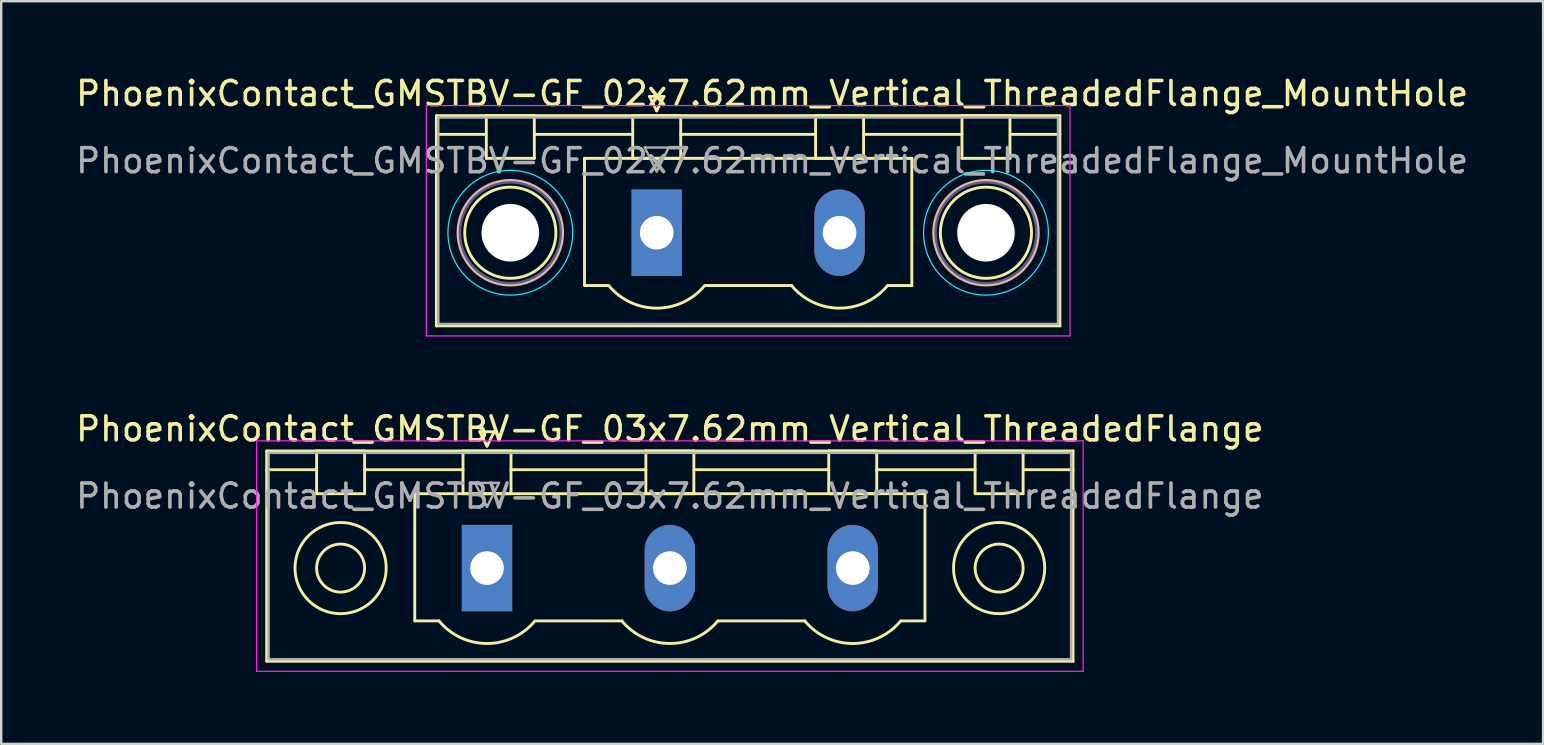
<source format=kicad_pcb>
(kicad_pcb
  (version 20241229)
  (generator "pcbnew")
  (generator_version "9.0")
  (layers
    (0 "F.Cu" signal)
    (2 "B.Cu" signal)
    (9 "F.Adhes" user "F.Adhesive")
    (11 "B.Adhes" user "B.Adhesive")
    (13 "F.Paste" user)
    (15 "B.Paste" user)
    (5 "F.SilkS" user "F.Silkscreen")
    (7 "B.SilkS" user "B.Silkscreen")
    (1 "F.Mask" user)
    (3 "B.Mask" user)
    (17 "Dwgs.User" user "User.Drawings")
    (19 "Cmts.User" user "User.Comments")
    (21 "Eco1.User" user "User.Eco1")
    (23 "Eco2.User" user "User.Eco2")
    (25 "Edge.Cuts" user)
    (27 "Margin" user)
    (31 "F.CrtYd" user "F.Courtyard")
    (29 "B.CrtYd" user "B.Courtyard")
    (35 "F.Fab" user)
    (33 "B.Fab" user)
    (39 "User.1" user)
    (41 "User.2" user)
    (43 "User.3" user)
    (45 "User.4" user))
  (footprint "PhoenixContact_GMSTBV-GF_03x7.62mm_Vertical_ThreadedFlange"
    (layer "F.Cu")
    (at 17.243 20.622)
    (property "Reference" "PhoenixContact_GMSTBV-GF_03x7.62mm_Vertical_ThreadedFlange" (at 7.62 -5.8 0) (layer "F.SilkS") (effects (font (size 1 1) (thickness 0.15))))
    (attr through_hole)
    (fp_line (start -9.18 -4.88) (end -9.18 3.88) (stroke (width 0.12) (type solid)) (layer "F.SilkS"))
    (fp_line (start -9.18 -4.1) (end -7.18 -4.1) (stroke (width 0.12) (type solid)) (layer "F.SilkS"))
    (fp_line (start -9.18 3.88) (end 24.42 3.88) (stroke (width 0.12) (type solid)) (layer "F.SilkS"))
    (fp_line (start -7.1 -4.88) (end -5.1 -4.88) (stroke (width 0.12) (type solid)) (layer "F.SilkS"))
    (fp_line (start -7.1 -3.1) (end -7.1 -4.88) (stroke (width 0.12) (type solid)) (layer "F.SilkS"))
    (fp_line (start -5.1 -4.88) (end -5.1 -3.1) (stroke (width 0.12) (type solid)) (layer "F.SilkS"))
    (fp_line (start -5.1 -4.1) (end -1 -4.1) (stroke (width 0.12) (type solid)) (layer "F.SilkS"))
    (fp_line (start -5.1 -3.1) (end -7.1 -3.1) (stroke (width 0.12) (type solid)) (layer "F.SilkS"))
    (fp_line (start -3.01 -3.1) (end 18.25 -3.1) (stroke (width 0.12) (type solid)) (layer "F.SilkS"))
    (fp_line (start -3.01 2.2) (end -3.01 -3.1) (stroke (width 0.12) (type solid)) (layer "F.SilkS"))
    (fp_line (start -2 2.2) (end -3.01 2.2) (stroke (width 0.12) (type solid)) (layer "F.SilkS"))
    (fp_line (start -1 -4.88) (end 1 -4.88) (stroke (width 0.12) (type solid)) (layer "F.SilkS"))
    (fp_line (start -1 -3.1) (end -1 -4.88) (stroke (width 0.12) (type solid)) (layer "F.SilkS"))
    (fp_line (start -0.3 -5.68) (end 0.3 -5.68) (stroke (width 0.12) (type solid)) (layer "F.SilkS"))
    (fp_line (start 0 -5.08) (end -0.3 -5.68) (stroke (width 0.12) (type solid)) (layer "F.SilkS"))
    (fp_line (start 0.3 -5.68) (end 0 -5.08) (stroke (width 0.12) (type solid)) (layer "F.SilkS"))
    (fp_line (start 1 -4.88) (end 1 -3.1) (stroke (width 0.12) (type solid)) (layer "F.SilkS"))
    (fp_line (start 1 -4.1) (end 6.62 -4.1) (stroke (width 0.12) (type solid)) (layer "F.SilkS"))
    (fp_line (start 1 -3.1) (end -1 -3.1) (stroke (width 0.12) (type solid)) (layer "F.SilkS"))
    (fp_line (start 2 2.2) (end 5.62 2.2) (stroke (width 0.12) (type solid)) (layer "F.SilkS"))
    (fp_line (start 6.62 -4.88) (end 8.62 -4.88) (stroke (width 0.12) (type solid)) (layer "F.SilkS"))
    (fp_line (start 6.62 -3.1) (end 6.62 -4.88) (stroke (width 0.12) (type solid)) (layer "F.SilkS"))
    (fp_line (start 8.62 -4.88) (end 8.62 -3.1) (stroke (width 0.12) (type solid)) (layer "F.SilkS"))
    (fp_line (start 8.62 -4.1) (end 14.24 -4.1) (stroke (width 0.12) (type solid)) (layer "F.SilkS"))
    (fp_line (start 8.62 -3.1) (end 6.62 -3.1) (stroke (width 0.12) (type solid)) (layer "F.SilkS"))
    (fp_line (start 9.62 2.2) (end 13.24 2.2) (stroke (width 0.12) (type solid)) (layer "F.SilkS"))
    (fp_line (start 14.24 -4.88) (end 16.24 -4.88) (stroke (width 0.12) (type solid)) (layer "F.SilkS"))
    (fp_line (start 14.24 -3.1) (end 14.24 -4.88) (stroke (width 0.12) (type solid)) (layer "F.SilkS"))
    (fp_line (start 16.24 -4.88) (end 16.24 -3.1) (stroke (width 0.12) (type solid)) (layer "F.SilkS"))
    (fp_line (start 16.24 -4.1) (end 20.34 -4.1) (stroke (width 0.12) (type solid)) (layer "F.SilkS"))
    (fp_line (start 16.24 -3.1) (end 14.24 -3.1) (stroke (width 0.12) (type solid)) (layer "F.SilkS"))
    (fp_line (start 18.25 -3.1) (end 18.25 2.2) (stroke (width 0.12) (type solid)) (layer "F.SilkS"))
    (fp_line (start 18.25 2.2) (end 17.24 2.2) (stroke (width 0.12) (type solid)) (layer "F.SilkS"))
    (fp_line (start 20.34 -4.88) (end 22.34 -4.88) (stroke (width 0.12) (type solid)) (layer "F.SilkS"))
    (fp_line (start 20.34 -3.1) (end 20.34 -4.88) (stroke (width 0.12) (type solid)) (layer "F.SilkS"))
    (fp_line (start 22.34 -4.88) (end 22.34 -3.1) (stroke (width 0.12) (type solid)) (layer "F.SilkS"))
    (fp_line (start 22.34 -3.1) (end 20.34 -3.1) (stroke (width 0.12) (type solid)) (layer "F.SilkS"))
    (fp_line (start 24.42 -4.88) (end -9.18 -4.88) (stroke (width 0.12) (type solid)) (layer "F.SilkS"))
    (fp_line (start 24.42 -4.1) (end 22.42 -4.1) (stroke (width 0.12) (type solid)) (layer "F.SilkS"))
    (fp_line (start 24.42 3.88) (end 24.42 -4.88) (stroke (width 0.12) (type solid)) (layer "F.SilkS"))
    (fp_arc (start 1.986842 2.215821) (mid -0.010289 3.142758) (end -2 2.2) (stroke (width 0.12) (type solid)) (layer "F.SilkS"))
    (fp_arc (start 9.606842 2.215821) (mid 7.609711 3.142758) (end 5.62 2.2) (stroke (width 0.12) (type solid)) (layer "F.SilkS"))
    (fp_arc (start 17.226842 2.215821) (mid 15.229711 3.142758) (end 13.24 2.2) (stroke (width 0.12) (type solid)) (layer "F.SilkS"))
    (fp_circle (center -6.1 0) (end -5.1 0) (stroke (width 0.12) (type solid)) (fill no) (layer "F.SilkS"))
    (fp_circle (center -6.1 0) (end -4.2 0) (stroke (width 0.12) (type solid)) (fill no) (layer "F.SilkS"))
    (fp_circle (center 21.34 0) (end 22.34 0) (stroke (width 0.12) (type solid)) (fill no) (layer "F.SilkS"))
    (fp_circle (center 21.34 0) (end 23.24 0) (stroke (width 0.12) (type solid)) (fill no) (layer "F.SilkS"))
    (fp_line (start -9.6 -5.3) (end -9.6 4.3) (stroke (width 0.05) (type solid)) (layer "F.CrtYd"))
    (fp_line (start -9.6 4.3) (end 24.84 4.3) (stroke (width 0.05) (type solid)) (layer "F.CrtYd"))
    (fp_line (start 24.84 -5.3) (end -9.6 -5.3) (stroke (width 0.05) (type solid)) (layer "F.CrtYd"))
    (fp_line (start 24.84 4.3) (end 24.84 -5.3) (stroke (width 0.05) (type solid)) (layer "F.CrtYd"))
    (fp_line (start -9.1 -4.8) (end -9.1 3.8) (stroke (width 0.1) (type solid)) (layer "F.Fab"))
    (fp_line (start -9.1 3.8) (end 24.34 3.8) (stroke (width 0.1) (type solid)) (layer "F.Fab"))
    (fp_line (start -0.5 -3.55) (end 0.5 -3.55) (stroke (width 0.1) (type solid)) (layer "F.Fab"))
    (fp_line (start 0 -2.55) (end -0.5 -3.55) (stroke (width 0.1) (type solid)) (layer "F.Fab"))
    (fp_line (start 0.5 -3.55) (end 0 -2.55) (stroke (width 0.1) (type solid)) (layer "F.Fab"))
    (fp_line (start 24.34 -4.8) (end -9.1 -4.8) (stroke (width 0.1) (type solid)) (layer "F.Fab"))
    (fp_line (start 24.34 3.8) (end 24.34 -4.8) (stroke (width 0.1) (type solid)) (layer "F.Fab"))
    (fp_text user "${REFERENCE}" (at 7.62 -3 0) (layer "F.Fab") (effects (font (size 1 1) (thickness 0.15))))
    (pad "1" thru_hole rect (at 0 0) (size 2.1 3.6) (drill 1.4) (layers "*.Cu" "*.Mask"))
    (pad "2" thru_hole oval (at 7.62 0) (size 2.1 3.6) (drill 1.4) (layers "*.Cu" "*.Mask"))
    (pad "3" thru_hole oval (at 15.24 0) (size 2.1 3.6) (drill 1.4) (layers "*.Cu" "*.Mask")))
  (footprint "PhoenixContact_GMSTBV-GF_02x7.62mm_Vertical_ThreadedFlange_MountHole"
    (layer "F.Cu")
    (at 24.315 6.648)
    (property "Reference" "PhoenixContact_GMSTBV-GF_02x7.62mm_Vertical_ThreadedFlange_MountHole" (at 4.81 -5.8 0) (layer "F.SilkS") (effects (font (size 1 1) (thickness 0.15))))
    (attr through_hole)
    (fp_line (start -9.18 -4.88) (end -9.18 3.88) (stroke (width 0.12) (type solid)) (layer "F.SilkS"))
    (fp_line (start -9.18 -4.1) (end -7.18 -4.1) (stroke (width 0.12) (type solid)) (layer "F.SilkS"))
    (fp_line (start -9.18 3.88) (end 16.8 3.88) (stroke (width 0.12) (type solid)) (layer "F.SilkS"))
    (fp_line (start -7.1 -4.88) (end -5.1 -4.88) (stroke (width 0.12) (type solid)) (layer "F.SilkS"))
    (fp_line (start -7.1 -3.1) (end -7.1 -4.88) (stroke (width 0.12) (type solid)) (layer "F.SilkS"))
    (fp_line (start -5.1 -4.88) (end -5.1 -3.1) (stroke (width 0.12) (type solid)) (layer "F.SilkS"))
    (fp_line (start -5.1 -4.1) (end -1 -4.1) (stroke (width 0.12) (type solid)) (layer "F.SilkS"))
    (fp_line (start -5.1 -3.1) (end -7.1 -3.1) (stroke (width 0.12) (type solid)) (layer "F.SilkS"))
    (fp_line (start -3.01 -3.1) (end 10.63 -3.1) (stroke (width 0.12) (type solid)) (layer "F.SilkS"))
    (fp_line (start -3.01 2.2) (end -3.01 -3.1) (stroke (width 0.12) (type solid)) (layer "F.SilkS"))
    (fp_line (start -2 2.2) (end -3.01 2.2) (stroke (width 0.12) (type solid)) (layer "F.SilkS"))
    (fp_line (start -1 -4.88) (end 1 -4.88) (stroke (width 0.12) (type solid)) (layer "F.SilkS"))
    (fp_line (start -1 -3.1) (end -1 -4.88) (stroke (width 0.12) (type solid)) (layer "F.SilkS"))
    (fp_line (start -0.3 -5.68) (end 0.3 -5.68) (stroke (width 0.12) (type solid)) (layer "F.SilkS"))
    (fp_line (start 0 -5.08) (end -0.3 -5.68) (stroke (width 0.12) (type solid)) (layer "F.SilkS"))
    (fp_line (start 0.3 -5.68) (end 0 -5.08) (stroke (width 0.12) (type solid)) (layer "F.SilkS"))
    (fp_line (start 1 -4.88) (end 1 -3.1) (stroke (width 0.12) (type solid)) (layer "F.SilkS"))
    (fp_line (start 1 -4.1) (end 6.62 -4.1) (stroke (width 0.12) (type solid)) (layer "F.SilkS"))
    (fp_line (start 1 -3.1) (end -1 -3.1) (stroke (width 0.12) (type solid)) (layer "F.SilkS"))
    (fp_line (start 2 2.2) (end 5.62 2.2) (stroke (width 0.12) (type solid)) (layer "F.SilkS"))
    (fp_line (start 6.62 -4.88) (end 8.62 -4.88) (stroke (width 0.12) (type solid)) (layer "F.SilkS"))
    (fp_line (start 6.62 -3.1) (end 6.62 -4.88) (stroke (width 0.12) (type solid)) (layer "F.SilkS"))
    (fp_line (start 8.62 -4.88) (end 8.62 -3.1) (stroke (width 0.12) (type solid)) (layer "F.SilkS"))
    (fp_line (start 8.62 -4.1) (end 12.72 -4.1) (stroke (width 0.12) (type solid)) (layer "F.SilkS"))
    (fp_line (start 8.62 -3.1) (end 6.62 -3.1) (stroke (width 0.12) (type solid)) (layer "F.SilkS"))
    (fp_line (start 10.63 -3.1) (end 10.63 2.2) (stroke (width 0.12) (type solid)) (layer "F.SilkS"))
    (fp_line (start 10.63 2.2) (end 9.62 2.2) (stroke (width 0.12) (type solid)) (layer "F.SilkS"))
    (fp_line (start 12.72 -4.88) (end 14.72 -4.88) (stroke (width 0.12) (type solid)) (layer "F.SilkS"))
    (fp_line (start 12.72 -3.1) (end 12.72 -4.88) (stroke (width 0.12) (type solid)) (layer "F.SilkS"))
    (fp_line (start 14.72 -4.88) (end 14.72 -3.1) (stroke (width 0.12) (type solid)) (layer "F.SilkS"))
    (fp_line (start 14.72 -3.1) (end 12.72 -3.1) (stroke (width 0.12) (type solid)) (layer "F.SilkS"))
    (fp_line (start 16.8 -4.88) (end -9.18 -4.88) (stroke (width 0.12) (type solid)) (layer "F.SilkS"))
    (fp_line (start 16.8 -4.1) (end 14.8 -4.1) (stroke (width 0.12) (type solid)) (layer "F.SilkS"))
    (fp_line (start 16.8 3.88) (end 16.8 -4.88) (stroke (width 0.12) (type solid)) (layer "F.SilkS"))
    (fp_arc (start 1.986842 2.215821) (mid -0.010289 3.142758) (end -2 2.2) (stroke (width 0.12) (type solid)) (layer "F.SilkS"))
    (fp_arc (start 9.606842 2.215821) (mid 7.609711 3.142758) (end 5.62 2.2) (stroke (width 0.12) (type solid)) (layer "F.SilkS"))
    (fp_circle (center -6.1 0) (end -4.2 0) (stroke (width 0.12) (type solid)) (fill no) (layer "F.SilkS"))
    (fp_circle (center 13.72 0) (end 15.62 0) (stroke (width 0.12) (type solid)) (fill no) (layer "F.SilkS"))
    (fp_circle (center -6.1 0) (end -3.92 0) (stroke (width 0.12) (type solid)) (fill no) (layer "B.SilkS"))
    (fp_circle (center 13.72 0) (end 15.9 0) (stroke (width 0.12) (type solid)) (fill no) (layer "B.SilkS"))
    (fp_circle (center -6.1 0) (end -3.5 0) (stroke (width 0.05) (type solid)) (fill no) (layer "B.CrtYd"))
    (fp_circle (center 13.72 0) (end 16.32 0) (stroke (width 0.05) (type solid)) (fill no) (layer "B.CrtYd"))
    (fp_line (start -9.6 -5.3) (end -9.6 4.3) (stroke (width 0.05) (type solid)) (layer "F.CrtYd"))
    (fp_line (start -9.6 4.3) (end 17.22 4.3) (stroke (width 0.05) (type solid)) (layer "F.CrtYd"))
    (fp_line (start 17.22 -5.3) (end -9.6 -5.3) (stroke (width 0.05) (type solid)) (layer "F.CrtYd"))
    (fp_line (start 17.22 4.3) (end 17.22 -5.3) (stroke (width 0.05) (type solid)) (layer "F.CrtYd"))
    (fp_circle (center -6.1 0) (end -4 0) (stroke (width 0.1) (type solid)) (fill no) (layer "B.Fab"))
    (fp_circle (center 13.72 0) (end 15.82 0) (stroke (width 0.1) (type solid)) (fill no) (layer "B.Fab"))
    (fp_line (start -9.1 -4.8) (end -9.1 3.8) (stroke (width 0.1) (type solid)) (layer "F.Fab"))
    (fp_line (start -9.1 3.8) (end 16.72 3.8) (stroke (width 0.1) (type solid)) (layer "F.Fab"))
    (fp_line (start -0.5 -3.55) (end 0.5 -3.55) (stroke (width 0.1) (type solid)) (layer "F.Fab"))
    (fp_line (start 0 -2.55) (end -0.5 -3.55) (stroke (width 0.1) (type solid)) (layer "F.Fab"))
    (fp_line (start 0.5 -3.55) (end 0 -2.55) (stroke (width 0.1) (type solid)) (layer "F.Fab"))
    (fp_line (start 16.72 -4.8) (end -9.1 -4.8) (stroke (width 0.1) (type solid)) (layer "F.Fab"))
    (fp_line (start 16.72 3.8) (end 16.72 -4.8) (stroke (width 0.1) (type solid)) (layer "F.Fab"))
    (fp_text user "${REFERENCE}" (at 4.81 -3 0) (layer "F.Fab") (effects (font (size 1 1) (thickness 0.15))))
    (pad "" np_thru_hole circle (at -6.1 0) (size 2.4 2.4) (drill 2.4) (layers "*.Cu" "*.Mask"))
    (pad "" np_thru_hole circle (at 13.72 0) (size 2.4 2.4) (drill 2.4) (layers "*.Cu" "*.Mask"))
    (pad "1" thru_hole rect (at 0 0) (size 2.1 3.6) (drill 1.4) (layers "*.Cu" "*.Mask"))
    (pad "2" thru_hole oval (at 7.62 0) (size 2.1 3.6) (drill 1.4) (layers "*.Cu" "*.Mask")))
  (gr_rect
    (start -3 -3)
    (end 61.25 27.947)
    (stroke (width 0.1) (type default))
    (fill no)
    (layer "Edge.Cuts")))
</source>
